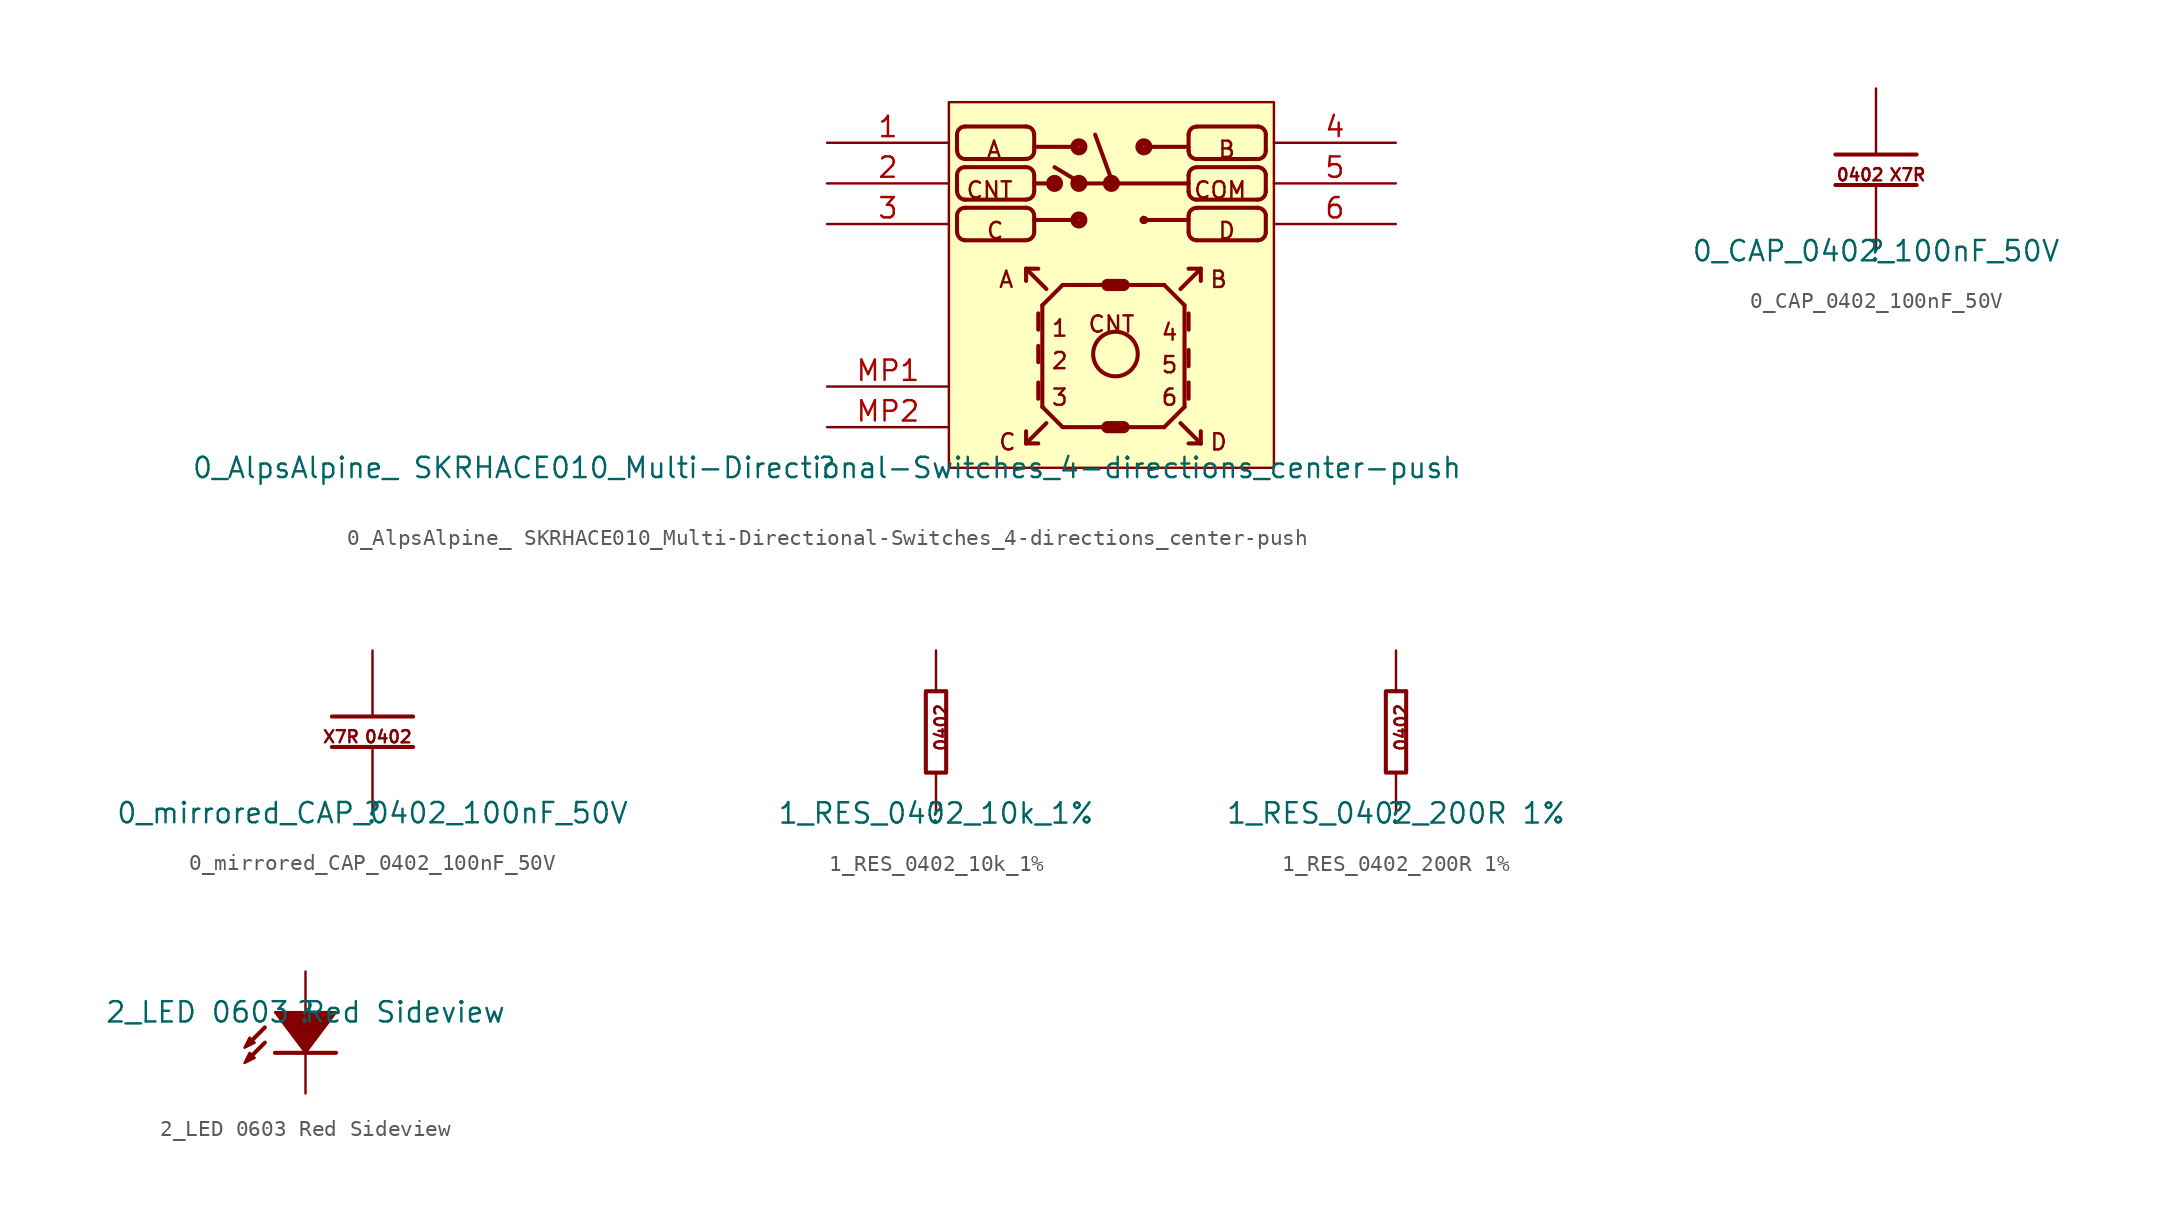
<source format=kicad_sym>
(kicad_symbol_lib
  (version 20211014)
  (generator kicad_symbol_editor)
  (symbol "0_AlpsAlpine_ SKRHACE010_Multi-Directional-Switches_4-directions_center-push"
    (property "Reference" ""
      (at 0 0 0)
      (effects (font (size 1.27 1.27))))
    (property "Value" "0_AlpsAlpine_ SKRHACE010_Multi-Directional-Switches_4-directions_center-push"
      (at 0 0 0)
      (effects (font (size 1.27 1.27))))
    (symbol "0_AlpsAlpine_ SKRHACE010_Multi-Directional-Switches_4-directions_center-push_1_0"
      (polyline (pts (xy 8.128 14.732) (xy 8.128 15.748)) (stroke (width 0.254) (type default) (color 0 0 0 0)) (fill (type none)))
      (polyline (pts (xy 8.128 17.272) (xy 8.128 18.288)) (stroke (width 0.254) (type default) (color 0 0 0 0)) (fill (type none)))
      (polyline (pts (xy 8.128 19.812) (xy 8.128 20.828)) (stroke (width 0.254) (type default) (color 0 0 0 0)) (fill (type none)))
      (polyline (pts (xy 8.636 14.224) (xy 12.446 14.224)) (stroke (width 0.254) (type default) (color 0 0 0 0)) (fill (type none)))
      (polyline (pts (xy 8.636 16.256) (xy 12.446 16.256)) (stroke (width 0.254) (type default) (color 0 0 0 0)) (fill (type none)))
      (polyline (pts (xy 8.636 16.764) (xy 12.446 16.764)) (stroke (width 0.254) (type default) (color 0 0 0 0)) (fill (type none)))
      (polyline (pts (xy 8.636 18.796) (xy 12.446 18.796)) (stroke (width 0.254) (type default) (color 0 0 0 0)) (fill (type none)))
      (polyline (pts (xy 8.636 19.304) (xy 12.446 19.304)) (stroke (width 0.254) (type default) (color 0 0 0 0)) (fill (type none)))
      (polyline (pts (xy 8.636 21.336) (xy 12.446 21.336)) (stroke (width 0.254) (type default) (color 0 0 0 0)) (fill (type none)))
      (polyline (pts (xy 12.446 2.286) (xy 12.446 1.524)) (stroke (width 0.254) (type default) (color 0 0 0 0)) (fill (type none)))
      (polyline (pts (xy 12.446 11.684) (xy 12.446 12.446)) (stroke (width 0.254) (type default) (color 0 0 0 0)) (fill (type none)))
      (polyline (pts (xy 12.954 14.732) (xy 12.954 15.748)) (stroke (width 0.254) (type default) (color 0 0 0 0)) (fill (type none)))
      (polyline (pts (xy 12.954 15.494) (xy 15.494 15.494)) (stroke (width 0.254) (type default) (color 0 0 0 0)) (fill (type none)))
      (polyline (pts (xy 12.954 17.272) (xy 12.954 18.288)) (stroke (width 0.254) (type default) (color 0 0 0 0)) (fill (type none)))
      (polyline (pts (xy 12.954 17.78) (xy 14.224 17.78)) (stroke (width 0.254) (type default) (color 0 0 0 0)) (fill (type none)))
      (polyline (pts (xy 12.954 19.812) (xy 12.954 20.828)) (stroke (width 0.254) (type default) (color 0 0 0 0)) (fill (type none)))
      (polyline (pts (xy 12.954 20.066) (xy 15.494 20.066)) (stroke (width 0.254) (type default) (color 0 0 0 0)) (fill (type none)))
      (polyline (pts (xy 13.208 1.524) (xy 12.446 1.524)) (stroke (width 0.254) (type default) (color 0 0 0 0)) (fill (type none)))
      (polyline (pts (xy 13.208 4.318) (xy 13.208 5.334)) (stroke (width 0.254) (type default) (color 0 0 0 0)) (fill (type none)))
      (polyline (pts (xy 13.208 6.604) (xy 13.208 7.62)) (stroke (width 0.254) (type default) (color 0 0 0 0)) (fill (type none)))
      (polyline (pts (xy 13.208 8.636) (xy 13.208 9.652)) (stroke (width 0.254) (type default) (color 0 0 0 0)) (fill (type none)))
      (polyline (pts (xy 13.208 12.446) (xy 12.446 12.446)) (stroke (width 0.254) (type default) (color 0 0 0 0)) (fill (type none)))
      (polyline (pts (xy 13.462 3.81) (xy 13.462 10.16)) (stroke (width 0.254) (type default) (color 0 0 0 0)) (fill (type none)))
      (polyline (pts (xy 13.462 10.16) (xy 14.732 11.43)) (stroke (width 0.254) (type default) (color 0 0 0 0)) (fill (type none)))
      (polyline (pts (xy 13.716 2.794) (xy 12.446 1.524)) (stroke (width 0.254) (type default) (color 0 0 0 0)) (fill (type none)))
      (polyline (pts (xy 13.716 11.176) (xy 12.446 12.446)) (stroke (width 0.254) (type default) (color 0 0 0 0)) (fill (type none)))
      (polyline (pts (xy 14.224 18.796) (xy 15.494 18.034)) (stroke (width 0.254) (type default) (color 0 0 0 0)) (fill (type none)))
      (polyline (pts (xy 14.732 2.54) (xy 13.462 3.81)) (stroke (width 0.254) (type default) (color 0 0 0 0)) (fill (type none)))
      (polyline (pts (xy 14.732 11.43) (xy 21.082 11.43)) (stroke (width 0.254) (type default) (color 0 0 0 0)) (fill (type none)))
      (polyline (pts (xy 15.748 17.78) (xy 22.606 17.78)) (stroke (width 0.254) (type default) (color 0 0 0 0)) (fill (type none)))
      (polyline (pts (xy 16.764 20.828) (xy 17.78 18.034)) (stroke (width 0.254) (type default) (color 0 0 0 0)) (fill (type none)))
      (polyline (pts (xy 18.542 2.54) (xy 17.526 2.54)) (stroke (width 0.762) (type default) (color 0 0 0 0)) (fill (type none)))
      (polyline (pts (xy 18.542 11.43) (xy 17.526 11.43)) (stroke (width 0.762) (type default) (color 0 0 0 0)) (fill (type none)))
      (polyline (pts (xy 20.066 15.494) (xy 22.606 15.494)) (stroke (width 0.254) (type default) (color 0 0 0 0)) (fill (type none)))
      (polyline (pts (xy 20.066 20.066) (xy 22.606 20.066)) (stroke (width 0.254) (type default) (color 0 0 0 0)) (fill (type none)))
      (polyline (pts (xy 21.082 2.54) (xy 14.732 2.54)) (stroke (width 0.254) (type default) (color 0 0 0 0)) (fill (type none)))
      (polyline (pts (xy 21.082 11.43) (xy 22.352 10.16)) (stroke (width 0.254) (type default) (color 0 0 0 0)) (fill (type none)))
      (polyline (pts (xy 22.098 2.794) (xy 23.368 1.524)) (stroke (width 0.254) (type default) (color 0 0 0 0)) (fill (type none)))
      (polyline (pts (xy 22.098 11.176) (xy 23.368 12.446)) (stroke (width 0.254) (type default) (color 0 0 0 0)) (fill (type none)))
      (polyline (pts (xy 22.352 3.81) (xy 21.082 2.54)) (stroke (width 0.254) (type default) (color 0 0 0 0)) (fill (type none)))
      (polyline (pts (xy 22.352 10.16) (xy 22.352 3.81)) (stroke (width 0.254) (type default) (color 0 0 0 0)) (fill (type none)))
      (polyline (pts (xy 22.606 1.524) (xy 23.368 1.524)) (stroke (width 0.254) (type default) (color 0 0 0 0)) (fill (type none)))
      (polyline (pts (xy 22.606 5.334) (xy 22.606 4.318)) (stroke (width 0.254) (type default) (color 0 0 0 0)) (fill (type none)))
      (polyline (pts (xy 22.606 7.366) (xy 22.606 6.35)) (stroke (width 0.254) (type default) (color 0 0 0 0)) (fill (type none)))
      (polyline (pts (xy 22.606 9.652) (xy 22.606 8.636)) (stroke (width 0.254) (type default) (color 0 0 0 0)) (fill (type none)))
      (polyline (pts (xy 22.606 12.446) (xy 23.368 12.446)) (stroke (width 0.254) (type default) (color 0 0 0 0)) (fill (type none)))
      (polyline (pts (xy 22.606 14.732) (xy 22.606 15.748)) (stroke (width 0.254) (type default) (color 0 0 0 0)) (fill (type none)))
      (polyline (pts (xy 22.606 17.272) (xy 22.606 18.288)) (stroke (width 0.254) (type default) (color 0 0 0 0)) (fill (type none)))
      (polyline (pts (xy 22.606 19.812) (xy 22.606 20.828)) (stroke (width 0.254) (type default) (color 0 0 0 0)) (fill (type none)))
      (polyline (pts (xy 23.114 14.224) (xy 26.924 14.224)) (stroke (width 0.254) (type default) (color 0 0 0 0)) (fill (type none)))
      (polyline (pts (xy 23.114 16.256) (xy 26.924 16.256)) (stroke (width 0.254) (type default) (color 0 0 0 0)) (fill (type none)))
      (polyline (pts (xy 23.114 16.764) (xy 26.924 16.764)) (stroke (width 0.254) (type default) (color 0 0 0 0)) (fill (type none)))
      (polyline (pts (xy 23.114 18.796) (xy 26.924 18.796)) (stroke (width 0.254) (type default) (color 0 0 0 0)) (fill (type none)))
      (polyline (pts (xy 23.114 19.304) (xy 26.924 19.304)) (stroke (width 0.254) (type default) (color 0 0 0 0)) (fill (type none)))
      (polyline (pts (xy 23.114 21.336) (xy 26.924 21.336)) (stroke (width 0.254) (type default) (color 0 0 0 0)) (fill (type none)))
      (polyline (pts (xy 23.368 2.286) (xy 23.368 1.524)) (stroke (width 0.254) (type default) (color 0 0 0 0)) (fill (type none)))
      (polyline (pts (xy 23.368 11.684) (xy 23.368 12.446)) (stroke (width 0.254) (type default) (color 0 0 0 0)) (fill (type none)))
      (polyline (pts (xy 27.432 14.732) (xy 27.432 15.748)) (stroke (width 0.254) (type default) (color 0 0 0 0)) (fill (type none)))
      (polyline (pts (xy 27.432 17.272) (xy 27.432 18.288)) (stroke (width 0.254) (type default) (color 0 0 0 0)) (fill (type none)))
      (polyline (pts (xy 27.432 19.812) (xy 27.432 20.828)) (stroke (width 0.254) (type default) (color 0 0 0 0)) (fill (type none)))
      (arc (start 8.128 14.732) (mid 8.2768 14.3728) (end 8.636 14.224) (stroke (width 0.254) (type default) (color 0 0 0 0)) (fill (type none)))
      (arc (start 8.128 17.272) (mid 8.2768 16.9128) (end 8.636 16.764) (stroke (width 0.254) (type default) (color 0 0 0 0)) (fill (type none)))
      (arc (start 8.128 19.812) (mid 8.2768 19.4528) (end 8.636 19.304) (stroke (width 0.254) (type default) (color 0 0 0 0)) (fill (type none)))
      (arc (start 8.636 16.256) (mid 8.2768 16.1072) (end 8.128 15.748) (stroke (width 0.254) (type default) (color 0 0 0 0)) (fill (type none)))
      (arc (start 8.636 18.796) (mid 8.2768 18.6472) (end 8.128 18.288) (stroke (width 0.254) (type default) (color 0 0 0 0)) (fill (type none)))
      (arc (start 8.636 21.336) (mid 8.2768 21.1872) (end 8.128 20.828) (stroke (width 0.254) (type default) (color 0 0 0 0)) (fill (type none)))
      (arc (start 12.446 14.224) (mid 12.8052 14.3728) (end 12.954 14.732) (stroke (width 0.254) (type default) (color 0 0 0 0)) (fill (type none)))
      (arc (start 12.446 16.764) (mid 12.8052 16.9128) (end 12.954 17.272) (stroke (width 0.254) (type default) (color 0 0 0 0)) (fill (type none)))
      (arc (start 12.446 19.304) (mid 12.8052 19.4528) (end 12.954 19.812) (stroke (width 0.254) (type default) (color 0 0 0 0)) (fill (type none)))
      (arc (start 12.954 15.748) (mid 12.8052 16.1072) (end 12.446 16.256) (stroke (width 0.254) (type default) (color 0 0 0 0)) (fill (type none)))
      (arc (start 12.954 18.288) (mid 12.8052 18.6472) (end 12.446 18.796) (stroke (width 0.254) (type default) (color 0 0 0 0)) (fill (type none)))
      (arc (start 12.954 20.828) (mid 12.8052 21.1872) (end 12.446 21.336) (stroke (width 0.254) (type default) (color 0 0 0 0)) (fill (type none)))
      (circle (center 14.224 17.78) (radius 0.025) (stroke (width 0.508) (type default) (color 0 0 0 0)) (fill (type none)))
      (circle (center 15.748 15.494) (radius 0.025) (stroke (width 0.508) (type default) (color 0 0 0 0)) (fill (type none)))
      (circle (center 15.748 17.78) (radius 0.025) (stroke (width 0.508) (type default) (color 0 0 0 0)) (fill (type none)))
      (circle (center 15.748 20.066) (radius 0.025) (stroke (width 0.508) (type default) (color 0 0 0 0)) (fill (type none)))
      (circle (center 17.78 17.78) (radius 0.025) (stroke (width 0.508) (type default) (color 0 0 0 0)) (fill (type none)))
      (circle (center 18.034 7.112) (radius 1.394) (stroke (width 0.254) (type default) (color 0 0 0 0)) (fill (type none)))
      (circle (center 19.812 20.066) (radius 0.025) (stroke (width 0.508) (type default) (color 0 0 0 0)) (fill (type none)))
      (arc (start 19.837 15.494) (mid 19.8118 15.519) (end 19.787 15.4936) (stroke (width 0.508) (type default) (color 0 0 0 0)) (fill (type none)))
      (arc (start 22.606 14.732) (mid 22.7548 14.3728) (end 23.114 14.224) (stroke (width 0.254) (type default) (color 0 0 0 0)) (fill (type none)))
      (arc (start 22.606 17.272) (mid 22.7548 16.9128) (end 23.114 16.764) (stroke (width 0.254) (type default) (color 0 0 0 0)) (fill (type none)))
      (arc (start 22.606 19.812) (mid 22.7548 19.4528) (end 23.114 19.304) (stroke (width 0.254) (type default) (color 0 0 0 0)) (fill (type none)))
      (arc (start 23.114 16.256) (mid 22.7548 16.1072) (end 22.606 15.748) (stroke (width 0.254) (type default) (color 0 0 0 0)) (fill (type none)))
      (arc (start 23.114 18.796) (mid 22.7548 18.6472) (end 22.606 18.288) (stroke (width 0.254) (type default) (color 0 0 0 0)) (fill (type none)))
      (arc (start 23.114 21.336) (mid 22.7548 21.1872) (end 22.606 20.828) (stroke (width 0.254) (type default) (color 0 0 0 0)) (fill (type none)))
      (arc (start 26.924 14.224) (mid 27.2832 14.3728) (end 27.432 14.732) (stroke (width 0.254) (type default) (color 0 0 0 0)) (fill (type none)))
      (arc (start 26.924 16.764) (mid 27.2832 16.9128) (end 27.432 17.272) (stroke (width 0.254) (type default) (color 0 0 0 0)) (fill (type none)))
      (arc (start 26.924 19.304) (mid 27.2832 19.4528) (end 27.432 19.812) (stroke (width 0.254) (type default) (color 0 0 0 0)) (fill (type none)))
      (arc (start 27.432 15.748) (mid 27.2832 16.1072) (end 26.924 16.256) (stroke (width 0.254) (type default) (color 0 0 0 0)) (fill (type none)))
      (arc (start 27.432 18.288) (mid 27.2832 18.6472) (end 26.924 18.796) (stroke (width 0.254) (type default) (color 0 0 0 0)) (fill (type none)))
      (arc (start 27.432 20.828) (mid 27.2832 21.1872) (end 26.924 21.336) (stroke (width 0.254) (type default) (color 0 0 0 0)) (fill (type none)))
      (rectangle (start 27.94 22.86) (end 7.62 0) (stroke (width 0) (type default) (color 0 0 0 0)) (fill (type background)))
      (text "1" (at 13.97 8.128 0) (effects (font (size 1.016 1.016)) (justify left bottom)))
      (text "2" (at 13.97 6.096 0) (effects (font (size 1.016 1.016)) (justify left bottom)))
      (text "3" (at 13.97 3.81 0) (effects (font (size 1.016 1.016)) (justify left bottom)))
      (text "4" (at 20.828 7.874 0) (effects (font (size 1.016 1.016)) (justify left bottom)))
      (text "5" (at 20.828 5.842 0) (effects (font (size 1.016 1.016)) (justify left bottom)))
      (text "6" (at 20.828 3.81 0) (effects (font (size 1.016 1.016)) (justify left bottom)))
      (text "A" (at 9.906 19.304 0) (effects (font (size 1.016 1.016)) (justify left bottom)))
      (text "A" (at 10.668 11.176 0) (effects (font (size 1.016 1.016)) (justify left bottom)))
      (text "B" (at 23.876 11.176 0) (effects (font (size 1.016 1.016)) (justify left bottom)))
      (text "B" (at 24.384 19.304 0) (effects (font (size 1.016 1.016)) (justify left bottom)))
      (text "C" (at 9.906 14.224 0) (effects (font (size 1.016 1.016)) (justify left bottom)))
      (text "C" (at 10.668 1.016 0) (effects (font (size 1.016 1.016)) (justify left bottom)))
      (text "CNT" (at 8.636 16.764 0) (effects (font (size 1.016 1.016)) (justify left bottom)))
      (text "CNT" (at 16.256 8.382 0) (effects (font (size 1.016 1.016)) (justify left bottom)))
      (text "COM" (at 22.86 16.764 0) (effects (font (size 1.016 1.016)) (justify left bottom)))
      (text "D" (at 23.876 1.016 0) (effects (font (size 1.016 1.016)) (justify left bottom)))
      (text "D" (at 24.384 14.224 0) (effects (font (size 1.016 1.016)) (justify left bottom)))
      (pin passive line (at 0 20.32 0) (length 7.62) (name "1" (effects (font (size 0 0)))) (number "1" (effects (font (size 1.27 1.27)))))
      (pin passive line (at 0 17.78 0) (length 7.62) (name "2" (effects (font (size 0 0)))) (number "2" (effects (font (size 1.27 1.27)))))
      (pin passive line (at 0 15.24 0) (length 7.62) (name "3" (effects (font (size 0 0)))) (number "3" (effects (font (size 1.27 1.27)))))
      (pin passive line (at 35.56 20.32 180) (length 7.62) (name "4" (effects (font (size 0 0)))) (number "4" (effects (font (size 1.27 1.27)))))
      (pin passive line (at 35.56 17.78 180) (length 7.62) (name "5" (effects (font (size 0 0)))) (number "5" (effects (font (size 1.27 1.27)))))
      (pin passive line (at 35.56 15.24 180) (length 7.62) (name "6" (effects (font (size 0 0)))) (number "6" (effects (font (size 1.27 1.27)))))
      (pin passive line (at 0 5.08 0) (length 7.62) (name "MP1" (effects (font (size 0 0)))) (number "MP1" (effects (font (size 1.27 1.27)))))
      (pin passive line (at 0 2.54 0) (length 7.62) (name "MP2" (effects (font (size 0 0)))) (number "MP2" (effects (font (size 1.27 1.27)))))))
  (symbol "0_CAP_0402_100nF_50V"
    (property "Reference" ""
      (at 0 0 0)
      (effects (font (size 1.27 1.27))))
    (property "Value" "0_CAP_0402_100nF_50V"
      (at 0 0 0)
      (effects (font (size 1.27 1.27))))
    (symbol "0_CAP_0402_100nF_50V_1_0"
      (polyline (pts (xy -2.54 4.128) (xy 2.54 4.128)) (stroke (width 0.254) (type default) (color 0 0 0 0)) (fill (type none)))
      (polyline (pts (xy -2.54 6.033) (xy 2.54 6.033)) (stroke (width 0.254) (type default) (color 0 0 0 0)) (fill (type none)))
      (text "0402" (at -2.54 4.318 0) (effects (font (size 0.762 0.762)) (justify left bottom)))
      (text "X7R" (at 0.762 4.318 0) (effects (font (size 0.762 0.762)) (justify left bottom)))
      (pin passive line (at 0 10.16 270) (length 4.064) (name "1" (effects (font (size 0 0)))) (number "1" (effects (font (size 0 0)))))
      (pin passive line (at 0 0 90) (length 4.064) (name "2" (effects (font (size 0 0)))) (number "2" (effects (font (size 0 0)))))))
  (symbol "0_mirrored_CAP_0402_100nF_50V"
    (property "Reference" ""
      (at 0 0 0)
      (effects (font (size 1.27 1.27))))
    (property "Value" "0_mirrored_CAP_0402_100nF_50V"
      (at 0 0 0)
      (effects (font (size 1.27 1.27))))
    (symbol "0_mirrored_CAP_0402_100nF_50V_1_0"
      (polyline (pts (xy 2.54 4.128) (xy -2.54 4.128)) (stroke (width 0.254) (type default) (color 0 0 0 0)) (fill (type none)))
      (polyline (pts (xy 2.54 6.033) (xy -2.54 6.033)) (stroke (width 0.254) (type default) (color 0 0 0 0)) (fill (type none)))
      (text "0402" (at 2.54 4.318 0) (effects (font (size 0.762 0.762)) (justify right bottom)))
      (text "X7R" (at -0.762 4.318 0) (effects (font (size 0.762 0.762)) (justify right bottom)))
      (pin passive line (at 0 10.16 270) (length 4.064) (name "1" (effects (font (size 0 0)))) (number "1" (effects (font (size 0 0)))))
      (pin passive line (at 0 0 90) (length 4.064) (name "2" (effects (font (size 0 0)))) (number "2" (effects (font (size 0 0)))))))
  (symbol "1_RES_0402_10k_1%"
    (property "Reference" ""
      (at 0 0 0)
      (effects (font (size 1.27 1.27))))
    (property "Value" "1_RES_0402_10k_1%"
      (at 0 0 0)
      (effects (font (size 1.27 1.27))))
    (symbol "1_RES_0402_10k_1%_1_0"
      (polyline (pts (xy 0.635 7.62) (xy 0 7.62)) (stroke (width 0.254) (type default) (color 0 0 0 0)) (fill (type none)))
      (polyline (pts (xy 0 7.62) (xy -0.635 7.62) (xy -0.635 2.54) (xy 0.635 2.54) (xy 0.635 7.62)) (stroke (width 0.254) (type default) (color 0 0 0 0)) (fill (type none)))
      (text "0402" (at 0.762 3.81 900) (effects (font (size 0.762 0.762)) (justify left bottom)))
      (pin passive line (at 0 0 90) (length 2.54) (name "1" (effects (font (size 0 0)))) (number "1" (effects (font (size 0 0)))))
      (pin passive line (at 0 10.16 270) (length 2.54) (name "2" (effects (font (size 0 0)))) (number "2" (effects (font (size 0 0)))))))
  (symbol "1_RES_0402_200R 1%"
    (property "Reference" ""
      (at 0 0 0)
      (effects (font (size 1.27 1.27))))
    (property "Value" "1_RES_0402_200R 1%"
      (at 0 0 0)
      (effects (font (size 1.27 1.27))))
    (symbol "1_RES_0402_200R 1%_1_0"
      (polyline (pts (xy 0.635 7.62) (xy 0 7.62)) (stroke (width 0.254) (type default) (color 0 0 0 0)) (fill (type none)))
      (polyline (pts (xy 0 7.62) (xy -0.635 7.62) (xy -0.635 2.54) (xy 0.635 2.54) (xy 0.635 7.62)) (stroke (width 0.254) (type default) (color 0 0 0 0)) (fill (type none)))
      (text "0402" (at 0.762 3.81 900) (effects (font (size 0.762 0.762)) (justify left bottom)))
      (pin passive line (at 0 0 90) (length 2.54) (name "1" (effects (font (size 0 0)))) (number "1" (effects (font (size 0 0)))))
      (pin passive line (at 0 10.16 270) (length 2.54) (name "2" (effects (font (size 0 0)))) (number "2" (effects (font (size 0 0)))))))
  (symbol "2_LED 0603 Red Sideview"
    (property "Reference" ""
      (at 0 0 0)
      (effects (font (size 1.27 1.27))))
    (property "Value" "2_LED 0603 Red Sideview"
      (at 0 0 0)
      (effects (font (size 1.27 1.27))))
    (symbol "2_LED 0603 Red Sideview_1_0"
      (polyline (pts (xy -2.54 -1.905) (xy -3.492 -2.857)) (stroke (width 0.254) (type default) (color 0 0 0 0)) (fill (type none)))
      (polyline (pts (xy -2.54 -0.952) (xy -3.492 -1.905)) (stroke (width 0.254) (type default) (color 0 0 0 0)) (fill (type none)))
      (polyline (pts (xy 1.905 -2.54) (xy -1.905 -2.54)) (stroke (width 0.254) (type default) (color 0 0 0 0)) (fill (type none)))
      (polyline (pts (xy -3.81 -3.175) (xy -3.175 -2.857) (xy -3.492 -2.54) (xy -3.81 -3.175)) (stroke (width 0) (type default) (color 0 0 0 0)) (fill (type outline)))
      (polyline (pts (xy -3.81 -2.222) (xy -3.175 -1.905) (xy -3.492 -1.587) (xy -3.81 -2.222)) (stroke (width 0) (type default) (color 0 0 0 0)) (fill (type outline)))
      (polyline (pts (xy -1.905 0) (xy 1.905 0) (xy 0 -2.54) (xy -1.905 0)) (stroke (width 0) (type default) (color 0 0 0 0)) (fill (type outline)))
      (pin passive line (at 0 -5.08 90) (length 2.54) (name "1" (effects (font (size 0 0)))) (number "1" (effects (font (size 0 0)))))
      (pin passive line (at 0 2.54 270) (length 2.54) (name "2" (effects (font (size 0 0)))) (number "2" (effects (font (size 0 0))))))))
</source>
